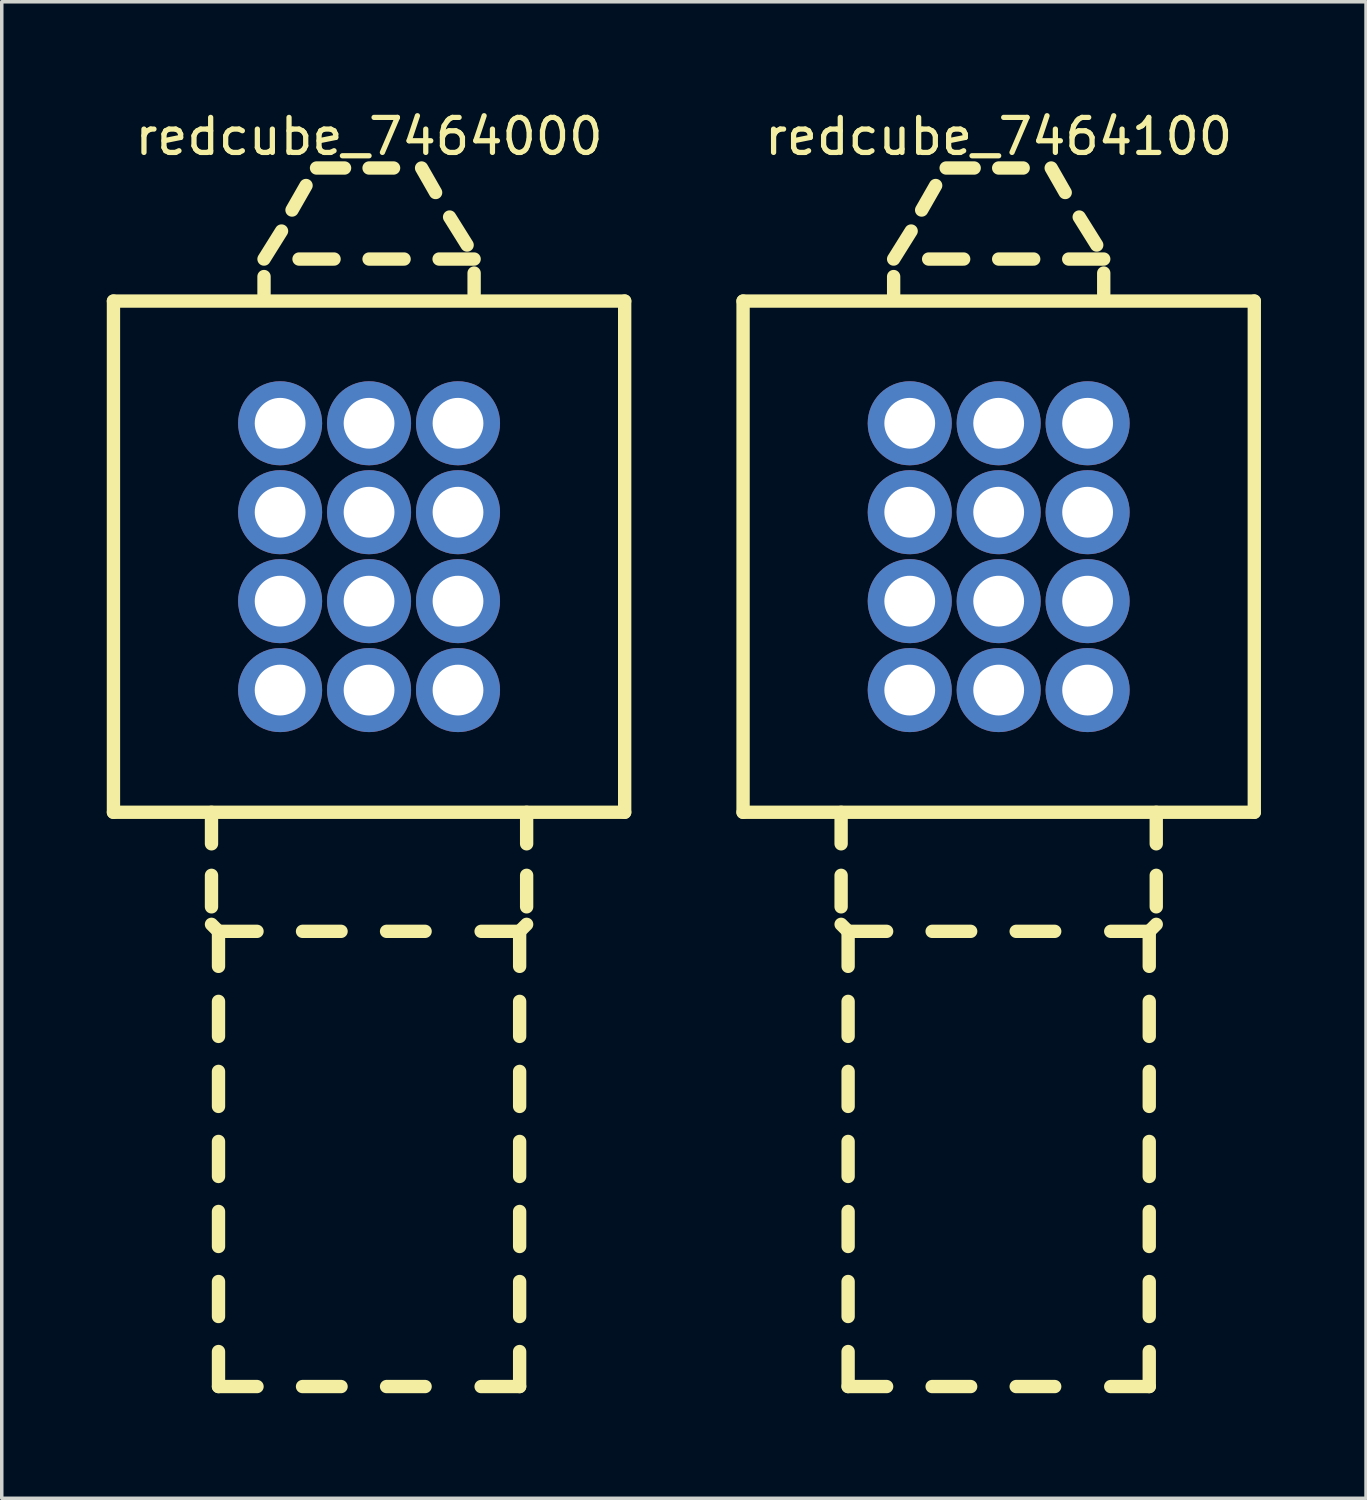
<source format=kicad_pcb>
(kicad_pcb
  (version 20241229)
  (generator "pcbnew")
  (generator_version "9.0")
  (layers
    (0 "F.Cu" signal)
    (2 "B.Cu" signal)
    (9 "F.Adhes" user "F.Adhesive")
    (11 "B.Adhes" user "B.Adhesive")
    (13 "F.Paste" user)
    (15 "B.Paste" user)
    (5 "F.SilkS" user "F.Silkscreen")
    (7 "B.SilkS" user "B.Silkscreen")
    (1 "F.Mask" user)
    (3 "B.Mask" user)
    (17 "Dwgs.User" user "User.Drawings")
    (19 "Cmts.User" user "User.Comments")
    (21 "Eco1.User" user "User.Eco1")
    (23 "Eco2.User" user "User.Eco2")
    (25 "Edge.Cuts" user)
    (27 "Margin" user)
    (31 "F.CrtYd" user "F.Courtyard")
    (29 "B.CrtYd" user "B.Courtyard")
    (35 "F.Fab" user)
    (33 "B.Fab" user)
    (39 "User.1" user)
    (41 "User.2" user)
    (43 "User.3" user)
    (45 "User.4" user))
  (footprint "redcube_7464100"
    (layer "F.Cu")
    (at 25.471 12.848)
    (property "Reference" "redcube_7464100" (at 0 -12 0) (layer "F.SilkS") (effects (font (size 1 1) (thickness 0.15))))
    (attr through_hole)
    (fp_line (start -7.3 -7.3) (end 7.3 -7.3) (stroke (width 0.381) (type solid)) (layer "F.SilkS"))
    (fp_line (start -7.3 7.3) (end -7.3 -7.3) (stroke (width 0.381) (type solid)) (layer "F.SilkS"))
    (fp_line (start -4.5 7.3) (end -4.5 8.2) (stroke (width 0.381) (type solid)) (layer "F.SilkS"))
    (fp_line (start -4.5 9.1) (end -4.5 10) (stroke (width 0.381) (type solid)) (layer "F.SilkS"))
    (fp_line (start -4.5 10.5) (end -4.3 10.7) (stroke (width 0.381) (type solid)) (layer "F.SilkS"))
    (fp_line (start -4.3 10.7) (end -4.3 11.7) (stroke (width 0.381) (type solid)) (layer "F.SilkS"))
    (fp_line (start -4.3 10.7) (end -3.2 10.7) (stroke (width 0.381) (type solid)) (layer "F.SilkS"))
    (fp_line (start -4.3 13.7) (end -4.3 12.7) (stroke (width 0.381) (type solid)) (layer "F.SilkS"))
    (fp_line (start -4.3 15.7) (end -4.3 14.7) (stroke (width 0.381) (type solid)) (layer "F.SilkS"))
    (fp_line (start -4.3 17.7) (end -4.3 16.7) (stroke (width 0.381) (type solid)) (layer "F.SilkS"))
    (fp_line (start -4.3 19.7) (end -4.3 18.7) (stroke (width 0.381) (type solid)) (layer "F.SilkS"))
    (fp_line (start -4.3 21.7) (end -4.3 20.7) (stroke (width 0.381) (type solid)) (layer "F.SilkS"))
    (fp_line (start -4.3 23.7) (end -4.3 22.7) (stroke (width 0.381) (type solid)) (layer "F.SilkS"))
    (fp_line (start -4.3 23.7) (end -3.2 23.7) (stroke (width 0.381) (type solid)) (layer "F.SilkS"))
    (fp_line (start -3 -8.5) (end -2.5 -9.3) (stroke (width 0.381) (type solid)) (layer "F.SilkS"))
    (fp_line (start -3 -7.4) (end -3 -8) (stroke (width 0.381) (type solid)) (layer "F.SilkS"))
    (fp_line (start -2.2 -9.9) (end -1.8 -10.6) (stroke (width 0.381) (type solid)) (layer "F.SilkS"))
    (fp_line (start -1.9 10.7) (end -0.8 10.7) (stroke (width 0.381) (type solid)) (layer "F.SilkS"))
    (fp_line (start -1.9 23.7) (end -0.8 23.7) (stroke (width 0.381) (type solid)) (layer "F.SilkS"))
    (fp_line (start -1.5 -11.1) (end -0.7 -11.1) (stroke (width 0.381) (type solid)) (layer "F.SilkS"))
    (fp_line (start -1 -8.5) (end -2 -8.5) (stroke (width 0.381) (type solid)) (layer "F.SilkS"))
    (fp_line (start 0 -11.1) (end 0.7 -11.1) (stroke (width 0.381) (type solid)) (layer "F.SilkS"))
    (fp_line (start 0.5 10.7) (end 1.6 10.7) (stroke (width 0.381) (type solid)) (layer "F.SilkS"))
    (fp_line (start 0.5 23.7) (end 1.6 23.7) (stroke (width 0.381) (type solid)) (layer "F.SilkS"))
    (fp_line (start 1 -8.5) (end 0 -8.5) (stroke (width 0.381) (type solid)) (layer "F.SilkS"))
    (fp_line (start 1.5 -11.1) (end 1.9 -10.4) (stroke (width 0.381) (type solid)) (layer "F.SilkS"))
    (fp_line (start 2.3 -9.7) (end 2.8 -8.9) (stroke (width 0.381) (type solid)) (layer "F.SilkS"))
    (fp_line (start 3 -8.5) (end 2 -8.5) (stroke (width 0.381) (type solid)) (layer "F.SilkS"))
    (fp_line (start 3 -7.5) (end 3 -8.1) (stroke (width 0.381) (type solid)) (layer "F.SilkS"))
    (fp_line (start 3.2 10.7) (end 4.3 10.7) (stroke (width 0.381) (type solid)) (layer "F.SilkS"))
    (fp_line (start 3.2 23.7) (end 4.3 23.7) (stroke (width 0.381) (type solid)) (layer "F.SilkS"))
    (fp_line (start 4.3 10.7) (end 4.3 11.7) (stroke (width 0.381) (type solid)) (layer "F.SilkS"))
    (fp_line (start 4.3 13.7) (end 4.3 12.7) (stroke (width 0.381) (type solid)) (layer "F.SilkS"))
    (fp_line (start 4.3 15.7) (end 4.3 14.7) (stroke (width 0.381) (type solid)) (layer "F.SilkS"))
    (fp_line (start 4.3 17.7) (end 4.3 16.7) (stroke (width 0.381) (type solid)) (layer "F.SilkS"))
    (fp_line (start 4.3 19.7) (end 4.3 18.7) (stroke (width 0.381) (type solid)) (layer "F.SilkS"))
    (fp_line (start 4.3 21.7) (end 4.3 20.7) (stroke (width 0.381) (type solid)) (layer "F.SilkS"))
    (fp_line (start 4.3 23.7) (end 4.3 22.7) (stroke (width 0.381) (type solid)) (layer "F.SilkS"))
    (fp_line (start 4.5 7.3) (end 4.5 8.2) (stroke (width 0.381) (type solid)) (layer "F.SilkS"))
    (fp_line (start 4.5 9.1) (end 4.5 10) (stroke (width 0.381) (type solid)) (layer "F.SilkS"))
    (fp_line (start 4.5 10.5) (end 4.3 10.7) (stroke (width 0.381) (type solid)) (layer "F.SilkS"))
    (fp_line (start 7.3 -7.3) (end 7.3 7.3) (stroke (width 0.381) (type solid)) (layer "F.SilkS"))
    (fp_line (start 7.3 7.3) (end -7.3 7.3) (stroke (width 0.381) (type solid)) (layer "F.SilkS"))
    (pad "1" thru_hole circle (at -2.54 -3.81) (size 2.4 2.4) (drill 1.45) (layers "*.Cu" "*.Mask"))
    (pad "1" thru_hole circle (at -2.54 -1.27) (size 2.4 2.4) (drill 1.45) (layers "*.Cu" "*.Mask"))
    (pad "1" thru_hole circle (at -2.54 1.27) (size 2.4 2.4) (drill 1.45) (layers "*.Cu" "*.Mask"))
    (pad "1" thru_hole circle (at -2.54 3.81) (size 2.4 2.4) (drill 1.45) (layers "*.Cu" "*.Mask"))
    (pad "1" thru_hole circle (at 0 -3.81) (size 2.4 2.4) (drill 1.45) (layers "*.Cu" "*.Mask"))
    (pad "1" thru_hole circle (at 0 -1.27) (size 2.4 2.4) (drill 1.45) (layers "*.Cu" "*.Mask"))
    (pad "1" thru_hole circle (at 0 1.27) (size 2.4 2.4) (drill 1.45) (layers "*.Cu" "*.Mask"))
    (pad "1" thru_hole circle (at 0 3.81) (size 2.4 2.4) (drill 1.45) (layers "*.Cu" "*.Mask"))
    (pad "1" thru_hole circle (at 2.54 -3.81) (size 2.4 2.4) (drill 1.45) (layers "*.Cu" "*.Mask"))
    (pad "1" thru_hole circle (at 2.54 -1.27) (size 2.4 2.4) (drill 1.45) (layers "*.Cu" "*.Mask"))
    (pad "1" thru_hole circle (at 2.54 1.27) (size 2.4 2.4) (drill 1.45) (layers "*.Cu" "*.Mask"))
    (pad "1" thru_hole circle (at 2.54 3.81) (size 2.4 2.4) (drill 1.45) (layers "*.Cu" "*.Mask")))
  (footprint "redcube_7464000"
    (layer "F.Cu")
    (at 7.49 12.848)
    (property "Reference" "redcube_7464000" (at 0 -12 0) (layer "F.SilkS") (effects (font (size 1 1) (thickness 0.15))))
    (attr through_hole)
    (fp_line (start -7.3 -7.3) (end 7.3 -7.3) (stroke (width 0.381) (type solid)) (layer "F.SilkS"))
    (fp_line (start -7.3 7.3) (end -7.3 -7.3) (stroke (width 0.381) (type solid)) (layer "F.SilkS"))
    (fp_line (start -4.5 7.3) (end -4.5 8.2) (stroke (width 0.381) (type solid)) (layer "F.SilkS"))
    (fp_line (start -4.5 9.1) (end -4.5 10) (stroke (width 0.381) (type solid)) (layer "F.SilkS"))
    (fp_line (start -4.5 10.5) (end -4.3 10.7) (stroke (width 0.381) (type solid)) (layer "F.SilkS"))
    (fp_line (start -4.3 10.7) (end -4.3 11.7) (stroke (width 0.381) (type solid)) (layer "F.SilkS"))
    (fp_line (start -4.3 10.7) (end -3.2 10.7) (stroke (width 0.381) (type solid)) (layer "F.SilkS"))
    (fp_line (start -4.3 13.7) (end -4.3 12.7) (stroke (width 0.381) (type solid)) (layer "F.SilkS"))
    (fp_line (start -4.3 15.7) (end -4.3 14.7) (stroke (width 0.381) (type solid)) (layer "F.SilkS"))
    (fp_line (start -4.3 17.7) (end -4.3 16.7) (stroke (width 0.381) (type solid)) (layer "F.SilkS"))
    (fp_line (start -4.3 19.7) (end -4.3 18.7) (stroke (width 0.381) (type solid)) (layer "F.SilkS"))
    (fp_line (start -4.3 21.7) (end -4.3 20.7) (stroke (width 0.381) (type solid)) (layer "F.SilkS"))
    (fp_line (start -4.3 23.7) (end -4.3 22.7) (stroke (width 0.381) (type solid)) (layer "F.SilkS"))
    (fp_line (start -4.3 23.7) (end -3.2 23.7) (stroke (width 0.381) (type solid)) (layer "F.SilkS"))
    (fp_line (start -3 -8.5) (end -2.5 -9.3) (stroke (width 0.381) (type solid)) (layer "F.SilkS"))
    (fp_line (start -3 -7.4) (end -3 -8) (stroke (width 0.381) (type solid)) (layer "F.SilkS"))
    (fp_line (start -2.2 -9.9) (end -1.8 -10.6) (stroke (width 0.381) (type solid)) (layer "F.SilkS"))
    (fp_line (start -1.9 10.7) (end -0.8 10.7) (stroke (width 0.381) (type solid)) (layer "F.SilkS"))
    (fp_line (start -1.9 23.7) (end -0.8 23.7) (stroke (width 0.381) (type solid)) (layer "F.SilkS"))
    (fp_line (start -1.5 -11.1) (end -0.7 -11.1) (stroke (width 0.381) (type solid)) (layer "F.SilkS"))
    (fp_line (start -1 -8.5) (end -2 -8.5) (stroke (width 0.381) (type solid)) (layer "F.SilkS"))
    (fp_line (start 0 -11.1) (end 0.7 -11.1) (stroke (width 0.381) (type solid)) (layer "F.SilkS"))
    (fp_line (start 0.5 10.7) (end 1.6 10.7) (stroke (width 0.381) (type solid)) (layer "F.SilkS"))
    (fp_line (start 0.5 23.7) (end 1.6 23.7) (stroke (width 0.381) (type solid)) (layer "F.SilkS"))
    (fp_line (start 1 -8.5) (end 0 -8.5) (stroke (width 0.381) (type solid)) (layer "F.SilkS"))
    (fp_line (start 1.5 -11.1) (end 1.9 -10.4) (stroke (width 0.381) (type solid)) (layer "F.SilkS"))
    (fp_line (start 2.3 -9.7) (end 2.8 -8.9) (stroke (width 0.381) (type solid)) (layer "F.SilkS"))
    (fp_line (start 3 -8.5) (end 2 -8.5) (stroke (width 0.381) (type solid)) (layer "F.SilkS"))
    (fp_line (start 3 -7.5) (end 3 -8.1) (stroke (width 0.381) (type solid)) (layer "F.SilkS"))
    (fp_line (start 3.2 10.7) (end 4.3 10.7) (stroke (width 0.381) (type solid)) (layer "F.SilkS"))
    (fp_line (start 3.2 23.7) (end 4.3 23.7) (stroke (width 0.381) (type solid)) (layer "F.SilkS"))
    (fp_line (start 4.3 10.7) (end 4.3 11.7) (stroke (width 0.381) (type solid)) (layer "F.SilkS"))
    (fp_line (start 4.3 13.7) (end 4.3 12.7) (stroke (width 0.381) (type solid)) (layer "F.SilkS"))
    (fp_line (start 4.3 15.7) (end 4.3 14.7) (stroke (width 0.381) (type solid)) (layer "F.SilkS"))
    (fp_line (start 4.3 17.7) (end 4.3 16.7) (stroke (width 0.381) (type solid)) (layer "F.SilkS"))
    (fp_line (start 4.3 19.7) (end 4.3 18.7) (stroke (width 0.381) (type solid)) (layer "F.SilkS"))
    (fp_line (start 4.3 21.7) (end 4.3 20.7) (stroke (width 0.381) (type solid)) (layer "F.SilkS"))
    (fp_line (start 4.3 23.7) (end 4.3 22.7) (stroke (width 0.381) (type solid)) (layer "F.SilkS"))
    (fp_line (start 4.5 7.3) (end 4.5 8.2) (stroke (width 0.381) (type solid)) (layer "F.SilkS"))
    (fp_line (start 4.5 9.1) (end 4.5 10) (stroke (width 0.381) (type solid)) (layer "F.SilkS"))
    (fp_line (start 4.5 10.5) (end 4.3 10.7) (stroke (width 0.381) (type solid)) (layer "F.SilkS"))
    (fp_line (start 7.3 -7.3) (end 7.3 7.3) (stroke (width 0.381) (type solid)) (layer "F.SilkS"))
    (fp_line (start 7.3 7.3) (end -7.3 7.3) (stroke (width 0.381) (type solid)) (layer "F.SilkS"))
    (pad "1" thru_hole circle (at -2.54 -3.81) (size 2.4 2.4) (drill 1.45) (layers "*.Cu" "*.Mask"))
    (pad "1" thru_hole circle (at -2.54 -1.27) (size 2.4 2.4) (drill 1.45) (layers "*.Cu" "*.Mask"))
    (pad "1" thru_hole circle (at -2.54 1.27) (size 2.4 2.4) (drill 1.45) (layers "*.Cu" "*.Mask"))
    (pad "1" thru_hole circle (at -2.54 3.81) (size 2.4 2.4) (drill 1.45) (layers "*.Cu" "*.Mask"))
    (pad "1" thru_hole circle (at 0 -3.81) (size 2.4 2.4) (drill 1.45) (layers "*.Cu" "*.Mask"))
    (pad "1" thru_hole circle (at 0 -1.27) (size 2.4 2.4) (drill 1.45) (layers "*.Cu" "*.Mask"))
    (pad "1" thru_hole circle (at 0 1.27) (size 2.4 2.4) (drill 1.45) (layers "*.Cu" "*.Mask"))
    (pad "1" thru_hole circle (at 0 3.81) (size 2.4 2.4) (drill 1.45) (layers "*.Cu" "*.Mask"))
    (pad "1" thru_hole circle (at 2.54 -3.81) (size 2.4 2.4) (drill 1.45) (layers "*.Cu" "*.Mask"))
    (pad "1" thru_hole circle (at 2.54 -1.27) (size 2.4 2.4) (drill 1.45) (layers "*.Cu" "*.Mask"))
    (pad "1" thru_hole circle (at 2.54 1.27) (size 2.4 2.4) (drill 1.45) (layers "*.Cu" "*.Mask"))
    (pad "1" thru_hole circle (at 2.54 3.81) (size 2.4 2.4) (drill 1.45) (layers "*.Cu" "*.Mask")))
  (gr_rect
    (start -3 -3)
    (end 35.962 39.739)
    (stroke (width 0.1) (type default))
    (fill no)
    (layer "Edge.Cuts")))
</source>
